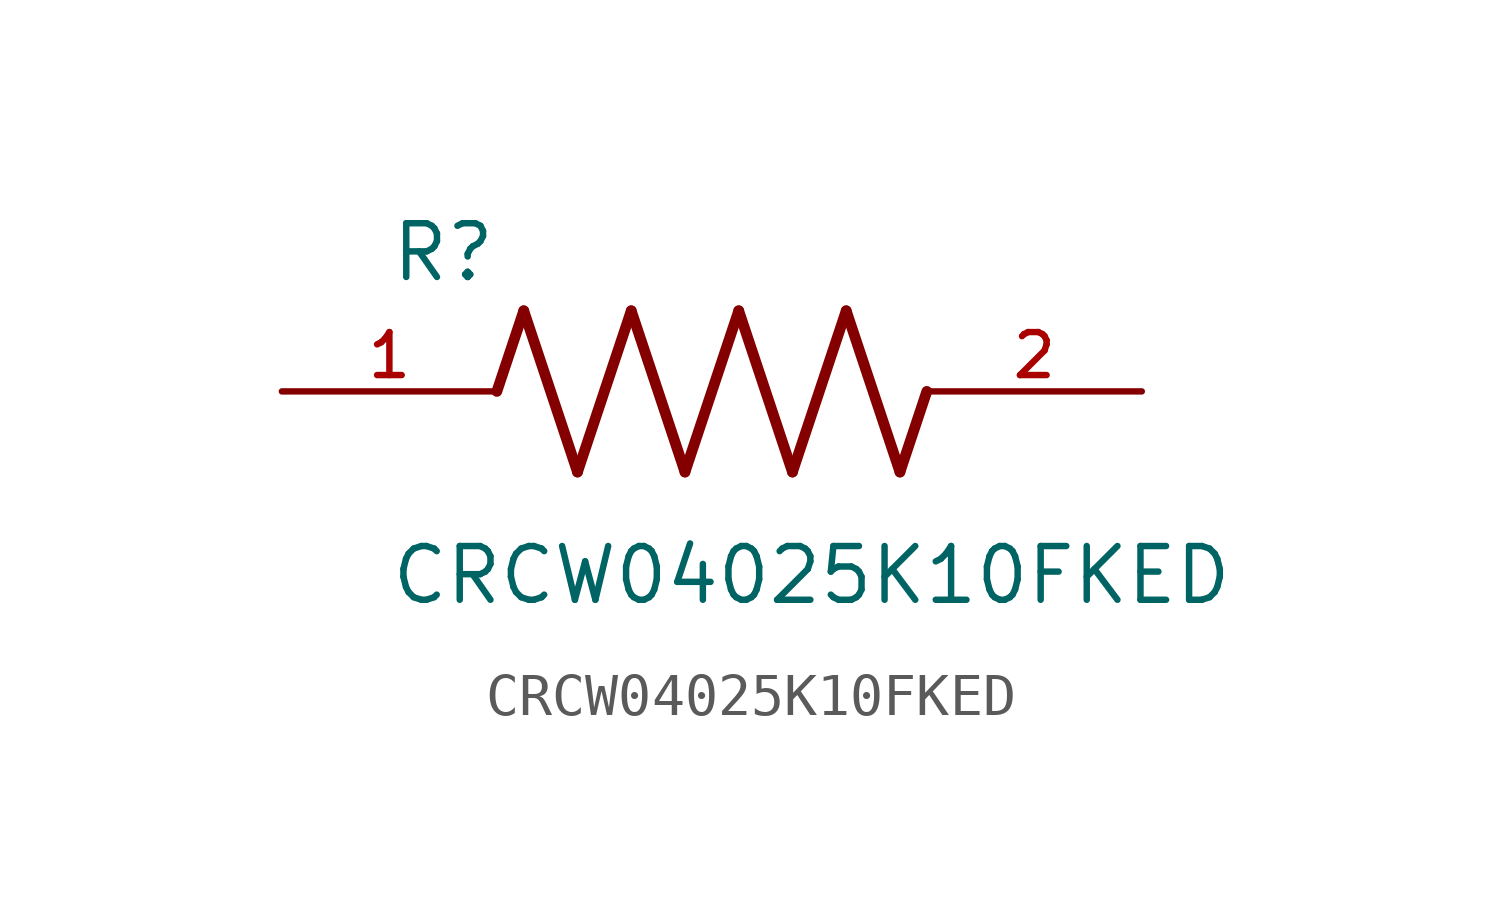
<source format=kicad_sym>
(kicad_symbol_lib
  (version 20211014)
  (generator kicad_symbol_editor)
  (symbol "CRCW04025K10FKED"
    (pin_names
      (offset 1.016))
    (property "Reference" "R"
      (at -7.624 2.541 0)
      (effects (font (size 1.27 1.27)) (justify bottom left)))
    (property "Value" "CRCW04025K10FKED"
      (at -7.63 -5.087 0)
      (effects (font (size 1.27 1.27)) (justify bottom left)))
    (symbol "CRCW04025K10FKED_0_0"
      (polyline (pts (xy -5.08 0.0) (xy -4.445 1.905)) (stroke (width 0.254)))
      (polyline (pts (xy -4.445 1.905) (xy -3.175 -1.905)) (stroke (width 0.254)))
      (polyline (pts (xy -3.175 -1.905) (xy -1.905 1.905)) (stroke (width 0.254)))
      (polyline (pts (xy -1.905 1.905) (xy -0.635 -1.905)) (stroke (width 0.254)))
      (polyline (pts (xy -0.635 -1.905) (xy 0.635 1.905)) (stroke (width 0.254)))
      (polyline (pts (xy 0.635 1.905) (xy 1.905 -1.905)) (stroke (width 0.254)))
      (polyline (pts (xy 1.905 -1.905) (xy 3.175 1.905)) (stroke (width 0.254)))
      (polyline (pts (xy 3.175 1.905) (xy 4.445 -1.905)) (stroke (width 0.254)))
      (polyline (pts (xy 4.445 -1.905) (xy 5.08 0.0)) (stroke (width 0.254)))
      (pin passive line (at -10.16 0.0 0) (length 5.08) (name "~" (effects (font (size 1.016 1.016)))) (number "1" (effects (font (size 1.016 1.016)))))
      (pin passive line (at 10.16 0.0 180.0) (length 5.08) (name "~" (effects (font (size 1.016 1.016)))) (number "2" (effects (font (size 1.016 1.016))))))))
</source>
